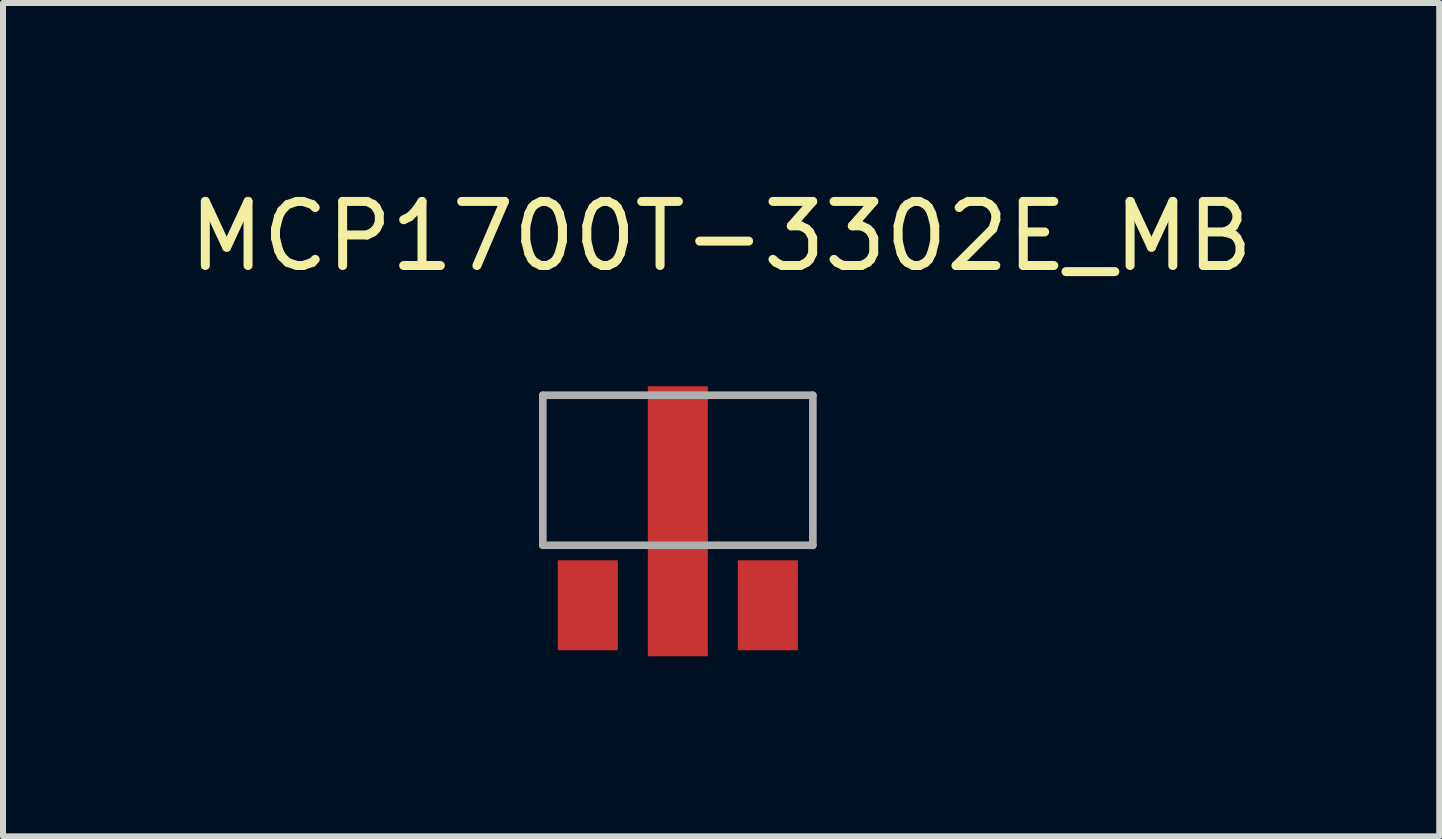
<source format=kicad_pcb>
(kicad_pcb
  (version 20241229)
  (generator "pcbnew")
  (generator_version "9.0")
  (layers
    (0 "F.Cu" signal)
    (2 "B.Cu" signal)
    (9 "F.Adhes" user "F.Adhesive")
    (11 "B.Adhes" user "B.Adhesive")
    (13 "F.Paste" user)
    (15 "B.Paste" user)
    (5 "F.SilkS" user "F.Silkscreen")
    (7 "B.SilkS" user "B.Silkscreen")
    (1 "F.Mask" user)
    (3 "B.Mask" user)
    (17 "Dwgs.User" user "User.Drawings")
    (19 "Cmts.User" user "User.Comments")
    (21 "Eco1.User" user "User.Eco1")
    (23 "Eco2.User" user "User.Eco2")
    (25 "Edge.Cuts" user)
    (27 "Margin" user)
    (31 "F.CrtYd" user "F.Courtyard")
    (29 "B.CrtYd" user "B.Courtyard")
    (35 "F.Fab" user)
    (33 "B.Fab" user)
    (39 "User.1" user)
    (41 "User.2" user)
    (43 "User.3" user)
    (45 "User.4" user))
  (footprint "MCP1700T-3302E_MB"
    (layer "F.Cu")
    (at 8.245 5.036)
    (property "Reference" "MCP1700T-3302E_MB" (at 0.721 -4.148 0) (layer "F.SilkS") (effects (font (size 1.068 1.068) (thickness 0.15))))
    (attr smd)
    (fp_line (start -2.25 -1.5) (end -2.25 1) (stroke (width 0.127) (type solid)) (layer "F.Fab"))
    (fp_line (start -2.25 1) (end 2.25 1) (stroke (width 0.127) (type solid)) (layer "F.Fab"))
    (fp_line (start 2.25 -1.5) (end -2.25 -1.5) (stroke (width 0.127) (type solid)) (layer "F.Fab"))
    (fp_line (start 2.25 1) (end 2.25 -1.5) (stroke (width 0.127) (type solid)) (layer "F.Fab"))
    (pad "1" smd rect (at -1.5 2) (size 1 1.5) (layers "F.Cu" "F.Mask" "F.Paste"))
    (pad "2" smd rect (at 0 0.6) (size 1 4.5) (layers "F.Cu" "F.Mask" "F.Paste"))
    (pad "3" smd rect (at 1.5 2) (size 1 1.5) (layers "F.Cu" "F.Mask" "F.Paste")))
  (gr_rect
    (start -3 -3)
    (end 20.932 10.886)
    (stroke (width 0.1) (type default))
    (fill no)
    (layer "Edge.Cuts")))
</source>
